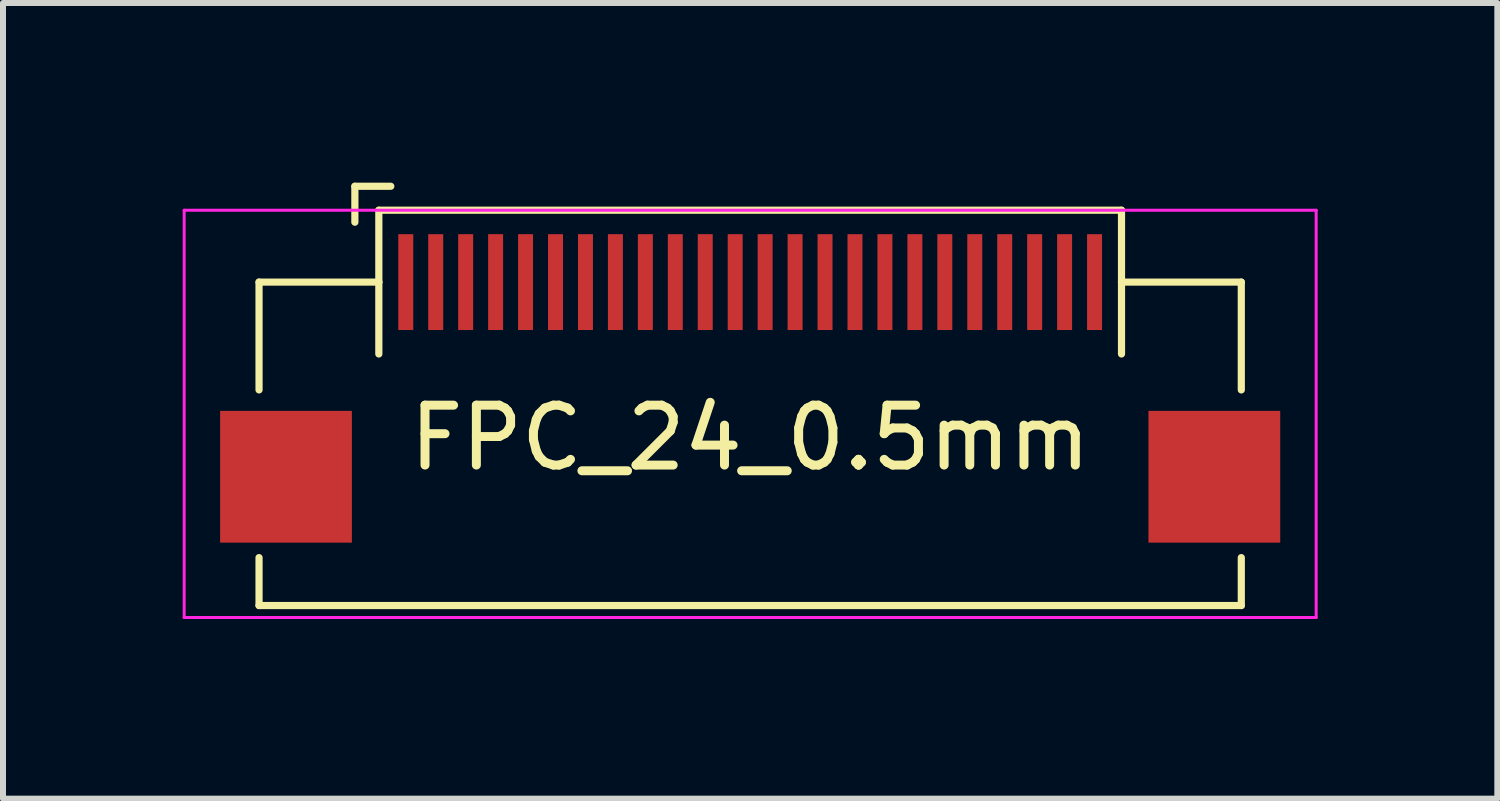
<source format=kicad_pcb>
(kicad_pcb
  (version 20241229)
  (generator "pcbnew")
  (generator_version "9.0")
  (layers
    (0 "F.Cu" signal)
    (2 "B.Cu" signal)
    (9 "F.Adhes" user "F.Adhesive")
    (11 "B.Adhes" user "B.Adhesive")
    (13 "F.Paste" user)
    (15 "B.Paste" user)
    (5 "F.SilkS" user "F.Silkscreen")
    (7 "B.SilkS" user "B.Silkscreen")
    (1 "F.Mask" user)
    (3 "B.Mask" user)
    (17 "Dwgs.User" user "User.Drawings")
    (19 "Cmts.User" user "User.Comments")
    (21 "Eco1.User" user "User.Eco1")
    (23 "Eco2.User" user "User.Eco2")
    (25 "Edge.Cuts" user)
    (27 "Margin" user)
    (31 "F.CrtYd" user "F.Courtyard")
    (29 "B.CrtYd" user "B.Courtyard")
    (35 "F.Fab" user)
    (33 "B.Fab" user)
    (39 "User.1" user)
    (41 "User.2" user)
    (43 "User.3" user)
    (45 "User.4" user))
  (footprint "FPC_24_0.5mm"
    (layer "F.Cu")
    (at 9.475 1.66)
    (property "Reference" "FPC_24_0.5mm" (at 0 2.6 0) (layer "F.SilkS") (effects (font (size 1 1) (thickness 0.15))))
    (attr smd)
    (fp_line (start -8.2 0) (end -8.2 1.8) (stroke (width 0.12) (type solid)) (layer "F.SilkS"))
    (fp_line (start -8.2 0) (end -6.2 0) (stroke (width 0.12) (type solid)) (layer "F.SilkS"))
    (fp_line (start -8.2 4.6) (end -8.2 5.4) (stroke (width 0.12) (type solid)) (layer "F.SilkS"))
    (fp_line (start -6.6 -1.6) (end -6 -1.6) (stroke (width 0.12) (type solid)) (layer "F.SilkS"))
    (fp_line (start -6.6 -1) (end -6.6 -1.6) (stroke (width 0.12) (type solid)) (layer "F.SilkS"))
    (fp_line (start -6.2 -1.2) (end -6.2 0) (stroke (width 0.12) (type solid)) (layer "F.SilkS"))
    (fp_line (start -6.2 -1.2) (end 6.2 -1.2) (stroke (width 0.12) (type solid)) (layer "F.SilkS"))
    (fp_line (start -6.2 0) (end -6.2 1.2) (stroke (width 0.12) (type solid)) (layer "F.SilkS"))
    (fp_line (start 6.2 -1.2) (end 6.2 0) (stroke (width 0.12) (type solid)) (layer "F.SilkS"))
    (fp_line (start 6.2 0) (end 6.2 1.2) (stroke (width 0.12) (type solid)) (layer "F.SilkS"))
    (fp_line (start 8.2 0) (end 6.2 0) (stroke (width 0.12) (type solid)) (layer "F.SilkS"))
    (fp_line (start 8.2 0) (end 8.2 1.8) (stroke (width 0.12) (type solid)) (layer "F.SilkS"))
    (fp_line (start 8.2 4.6) (end 8.2 5.4) (stroke (width 0.12) (type solid)) (layer "F.SilkS"))
    (fp_line (start 8.2 5.4) (end -8.2 5.4) (stroke (width 0.12) (type solid)) (layer "F.SilkS"))
    (fp_line (start -9.45 -1.2) (end -9.45 5.6) (stroke (width 0.05) (type solid)) (layer "F.CrtYd"))
    (fp_line (start -9.45 -1.2) (end 9.45 -1.2) (stroke (width 0.05) (type solid)) (layer "F.CrtYd"))
    (fp_line (start -9.45 5.6) (end 9.45 5.6) (stroke (width 0.05) (type solid)) (layer "F.CrtYd"))
    (fp_line (start 9.45 -1.2) (end 9.45 5.6) (stroke (width 0.05) (type solid)) (layer "F.CrtYd"))
    (pad "0" smd rect (at -7.75 3.25) (size 2.2 2.2) (layers "F.Cu" "F.Mask" "F.Paste"))
    (pad "0" smd rect (at 7.75 3.25) (size 2.2 2.2) (layers "F.Cu" "F.Mask" "F.Paste"))
    (pad "1" smd rect (at -5.75 0) (size 0.25 1.6) (layers "F.Cu" "F.Mask" "F.Paste"))
    (pad "2" smd rect (at -5.25 0) (size 0.25 1.6) (layers "F.Cu" "F.Mask" "F.Paste"))
    (pad "3" smd rect (at -4.75 0) (size 0.25 1.6) (layers "F.Cu" "F.Mask" "F.Paste"))
    (pad "4" smd rect (at -4.25 0) (size 0.25 1.6) (layers "F.Cu" "F.Mask" "F.Paste"))
    (pad "5" smd rect (at -3.75 0) (size 0.25 1.6) (layers "F.Cu" "F.Mask" "F.Paste"))
    (pad "6" smd rect (at -3.25 0) (size 0.25 1.6) (layers "F.Cu" "F.Mask" "F.Paste"))
    (pad "7" smd rect (at -2.75 0) (size 0.25 1.6) (layers "F.Cu" "F.Mask" "F.Paste"))
    (pad "8" smd rect (at -2.25 0) (size 0.25 1.6) (layers "F.Cu" "F.Mask" "F.Paste"))
    (pad "9" smd rect (at -1.75 0) (size 0.25 1.6) (layers "F.Cu" "F.Mask" "F.Paste"))
    (pad "10" smd rect (at -1.25 0) (size 0.25 1.6) (layers "F.Cu" "F.Mask" "F.Paste"))
    (pad "11" smd rect (at -0.75 0) (size 0.25 1.6) (layers "F.Cu" "F.Mask" "F.Paste"))
    (pad "12" smd rect (at -0.25 0) (size 0.25 1.6) (layers "F.Cu" "F.Mask" "F.Paste"))
    (pad "13" smd rect (at 0.25 0) (size 0.25 1.6) (layers "F.Cu" "F.Mask" "F.Paste"))
    (pad "14" smd rect (at 0.75 0) (size 0.25 1.6) (layers "F.Cu" "F.Mask" "F.Paste"))
    (pad "15" smd rect (at 1.25 0) (size 0.25 1.6) (layers "F.Cu" "F.Mask" "F.Paste"))
    (pad "16" smd rect (at 1.75 0) (size 0.25 1.6) (layers "F.Cu" "F.Mask" "F.Paste"))
    (pad "17" smd rect (at 2.25 0) (size 0.25 1.6) (layers "F.Cu" "F.Mask" "F.Paste"))
    (pad "18" smd rect (at 2.75 0) (size 0.25 1.6) (layers "F.Cu" "F.Mask" "F.Paste"))
    (pad "19" smd rect (at 3.25 0) (size 0.25 1.6) (layers "F.Cu" "F.Mask" "F.Paste"))
    (pad "20" smd rect (at 3.75 0) (size 0.25 1.6) (layers "F.Cu" "F.Mask" "F.Paste"))
    (pad "21" smd rect (at 4.25 0) (size 0.25 1.6) (layers "F.Cu" "F.Mask" "F.Paste"))
    (pad "22" smd rect (at 4.75 0) (size 0.25 1.6) (layers "F.Cu" "F.Mask" "F.Paste"))
    (pad "23" smd rect (at 5.25 0) (size 0.25 1.6) (layers "F.Cu" "F.Mask" "F.Paste"))
    (pad "24" smd rect (at 5.75 0) (size 0.25 1.6) (layers "F.Cu" "F.Mask" "F.Paste")))
  (gr_rect
    (start -3 -3)
    (end 21.95 10.285)
    (stroke (width 0.1) (type default))
    (fill no)
    (layer "Edge.Cuts")))
</source>
